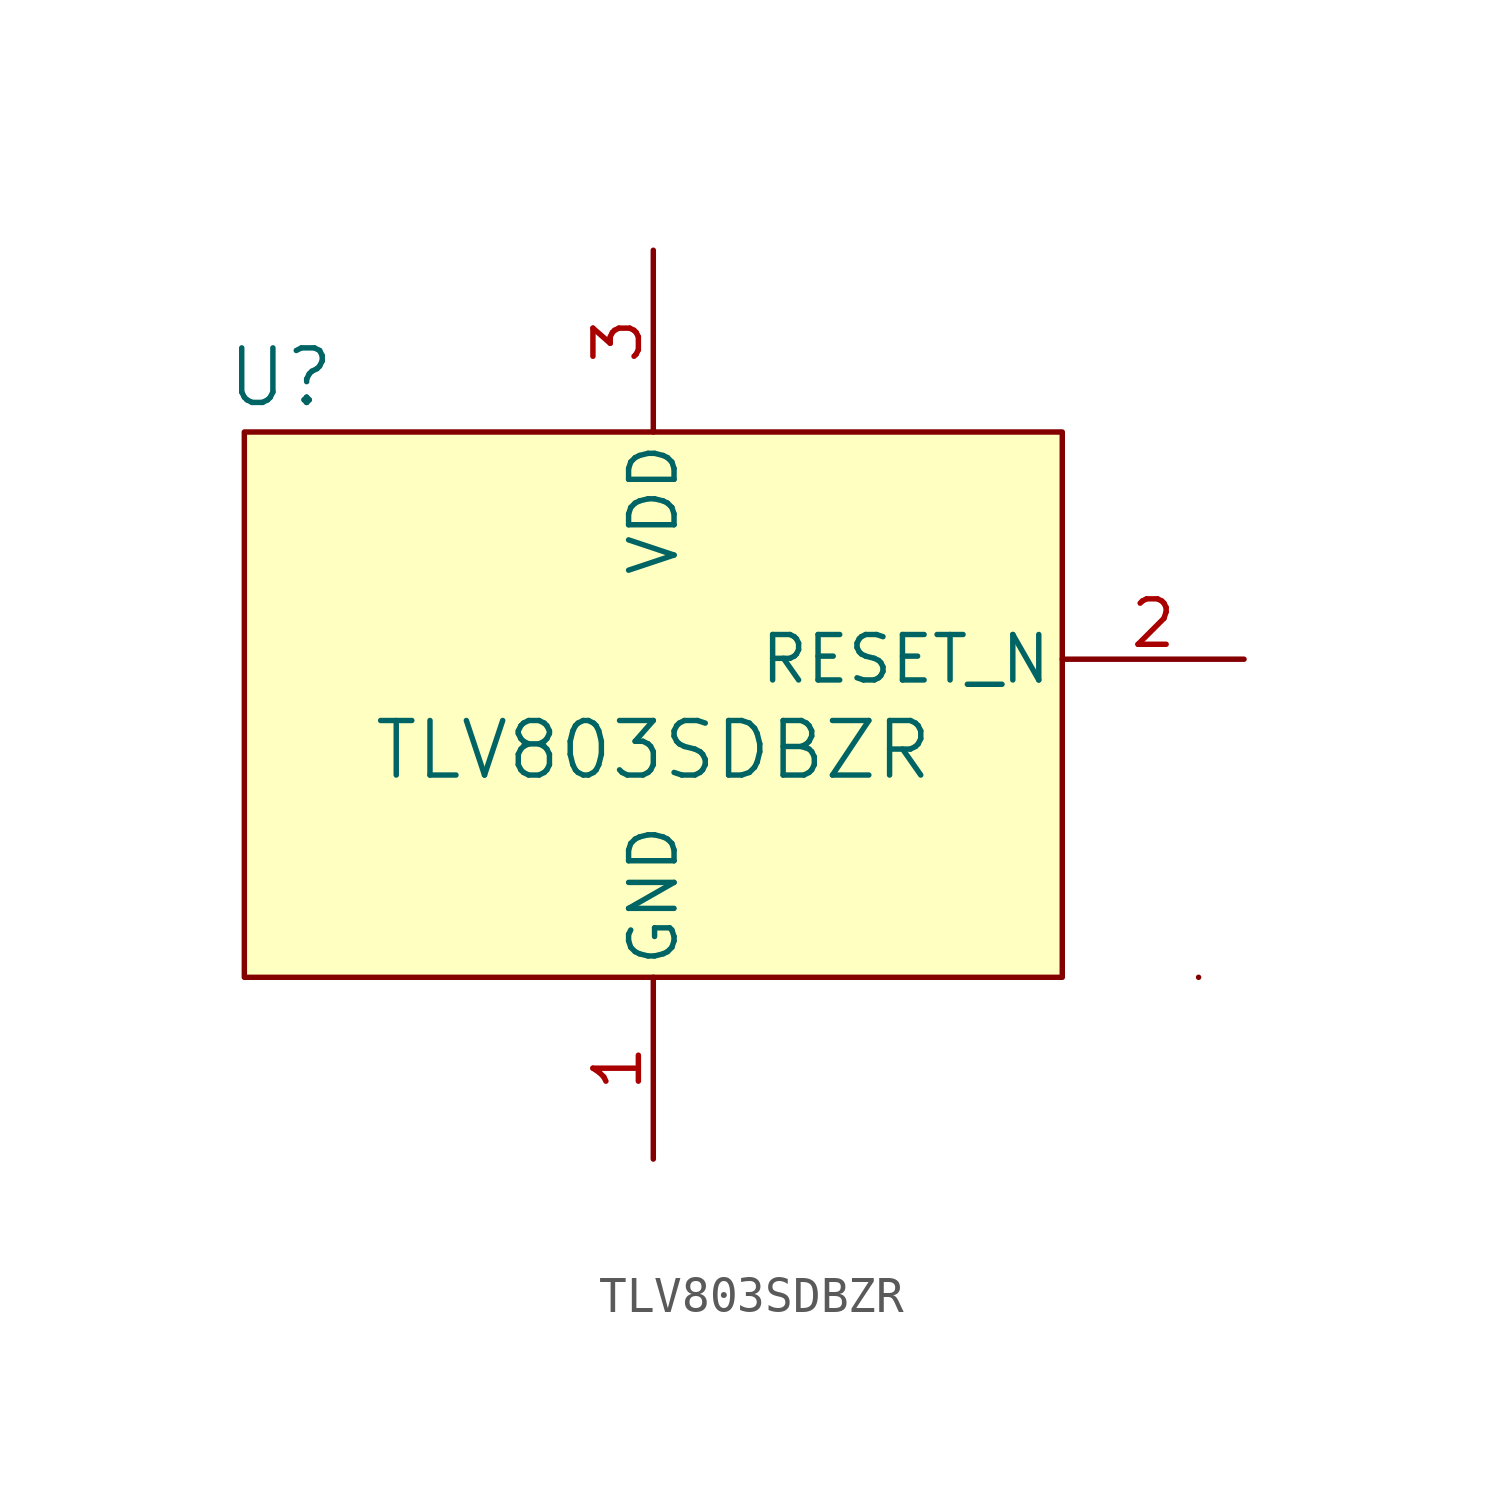
<source format=kicad_sym>
(kicad_symbol_lib
  (version 20241209)
  (generator "kicad_symbol_editor")
  (generator_version "9.0")
  (symbol "TLV803SDBZR"
    (pin_names
      (offset 0.254))
    (property "Reference" "U"
      (at -10.414 9.144 0)
      (effects (font (size 1.524 1.524))))
    (property "Value" "TLV803SDBZR"
      (at 0 -1.27 0)
      (effects (font (size 1.524 1.524))))
    (symbol "TLV803SDBZR_0_1"
      (pin open_collector line (at 16.51 1.27 180) (length 5.08) (name "RESET_N" (effects (font (size 1.27 1.27)))) (number "2" (effects (font (size 1.27 1.27))))))
    (symbol "TLV803SDBZR_1_1"
      (rectangle (start -11.43 7.62) (end 11.43 -7.62) (stroke (width 0) (type default)) (fill (type background)))
      (rectangle (start 15.24 -7.62) (end 15.24 -7.62) (stroke (width 0) (type default)) (fill (type none)))
      (pin power_in line (at 0 12.7 270) (length 5.08) (name "VDD" (effects (font (size 1.27 1.27)))) (number "3" (effects (font (size 1.27 1.27)))))
      (pin power_in line (at 0 -12.7 90) (length 5.08) (name "GND" (effects (font (size 1.27 1.27)))) (number "1" (effects (font (size 1.27 1.27))))))))
</source>
